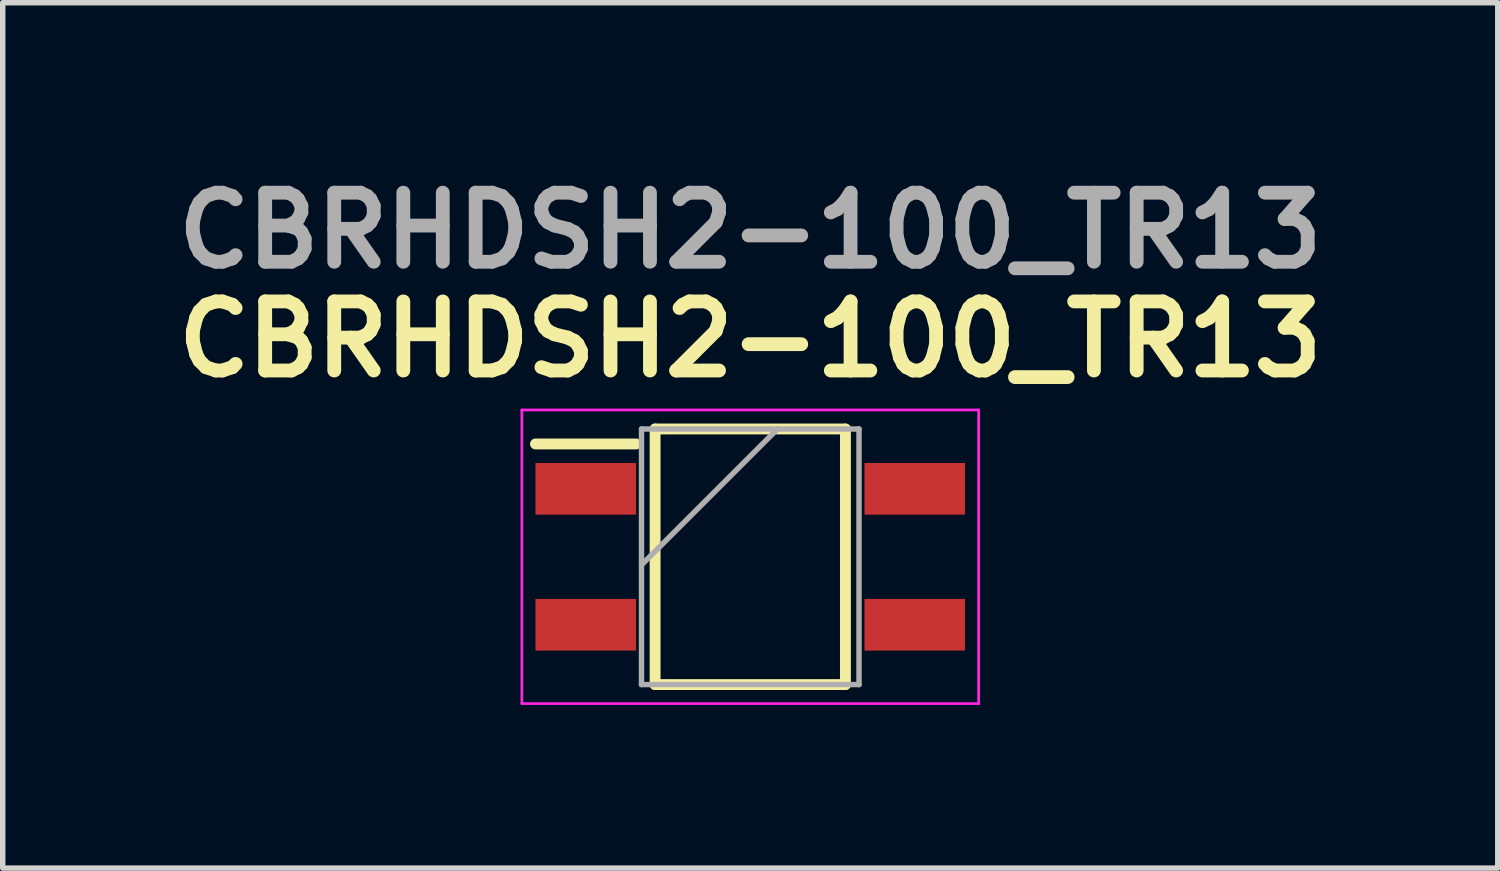
<source format=kicad_pcb>
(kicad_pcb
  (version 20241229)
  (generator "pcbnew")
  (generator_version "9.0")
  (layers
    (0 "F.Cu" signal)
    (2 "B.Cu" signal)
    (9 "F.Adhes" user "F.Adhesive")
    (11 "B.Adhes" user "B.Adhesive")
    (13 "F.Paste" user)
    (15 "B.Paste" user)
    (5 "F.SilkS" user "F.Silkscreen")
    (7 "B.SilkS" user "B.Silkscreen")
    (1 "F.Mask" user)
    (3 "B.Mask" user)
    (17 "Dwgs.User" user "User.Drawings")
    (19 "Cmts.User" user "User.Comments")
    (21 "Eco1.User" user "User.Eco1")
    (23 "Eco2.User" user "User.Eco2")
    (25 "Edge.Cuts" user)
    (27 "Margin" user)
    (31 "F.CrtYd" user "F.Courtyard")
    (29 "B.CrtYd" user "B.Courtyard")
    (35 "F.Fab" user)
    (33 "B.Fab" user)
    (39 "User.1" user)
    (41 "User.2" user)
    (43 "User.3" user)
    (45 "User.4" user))
  (footprint "CBRHDSH2-100_TR13"
    (layer "F.Cu")
    (at 10.747 7.189)
    (property "Reference" "CBRHDSH2-100_TR13" (at 0 -4 0) (layer "F.SilkS") (effects (font (size 1.27 1.27) (thickness 0.254))))
    (attr smd)
    (fp_line (start -3.95 -2.075) (end -2.1 -2.075) (stroke (width 0.2) (type solid)) (layer "F.SilkS"))
    (fp_line (start -1.75 -2.35) (end 1.75 -2.35) (stroke (width 0.2) (type solid)) (layer "F.SilkS"))
    (fp_line (start -1.75 2.35) (end -1.75 -2.35) (stroke (width 0.2) (type solid)) (layer "F.SilkS"))
    (fp_line (start 1.75 -2.35) (end 1.75 2.35) (stroke (width 0.2) (type solid)) (layer "F.SilkS"))
    (fp_line (start 1.75 2.35) (end -1.75 2.35) (stroke (width 0.2) (type solid)) (layer "F.SilkS"))
    (fp_line (start -4.2 -2.7) (end 4.2 -2.7) (stroke (width 0.05) (type solid)) (layer "F.CrtYd"))
    (fp_line (start -4.2 2.7) (end -4.2 -2.7) (stroke (width 0.05) (type solid)) (layer "F.CrtYd"))
    (fp_line (start 4.2 -2.7) (end 4.2 2.7) (stroke (width 0.05) (type solid)) (layer "F.CrtYd"))
    (fp_line (start 4.2 2.7) (end -4.2 2.7) (stroke (width 0.05) (type solid)) (layer "F.CrtYd"))
    (fp_line (start -2 -2.35) (end 2 -2.35) (stroke (width 0.1) (type solid)) (layer "F.Fab"))
    (fp_line (start -2 0.15) (end 0.5 -2.35) (stroke (width 0.1) (type solid)) (layer "F.Fab"))
    (fp_line (start -2 2.35) (end -2 -2.35) (stroke (width 0.1) (type solid)) (layer "F.Fab"))
    (fp_line (start 2 -2.35) (end 2 2.35) (stroke (width 0.1) (type solid)) (layer "F.Fab"))
    (fp_line (start 2 2.35) (end -2 2.35) (stroke (width 0.1) (type solid)) (layer "F.Fab"))
    (fp_text user "${REFERENCE}" (at 0 -6 0) (layer "F.Fab") (effects (font (size 1.27 1.27) (thickness 0.254))))
    (pad "1" smd rect (at -3.025 -1.25 90) (size 0.95 1.85) (layers "F.Cu" "F.Mask" "F.Paste"))
    (pad "2" smd rect (at -3.025 1.25 90) (size 0.95 1.85) (layers "F.Cu" "F.Mask" "F.Paste"))
    (pad "3" smd rect (at 3.025 1.25 90) (size 0.95 1.85) (layers "F.Cu" "F.Mask" "F.Paste"))
    (pad "4" smd rect (at 3.025 -1.25 90) (size 0.95 1.85) (layers "F.Cu" "F.Mask" "F.Paste")))
  (gr_rect
    (start -3 -3)
    (end 24.493 12.914)
    (stroke (width 0.1) (type default))
    (fill no)
    (layer "Edge.Cuts")))
</source>
